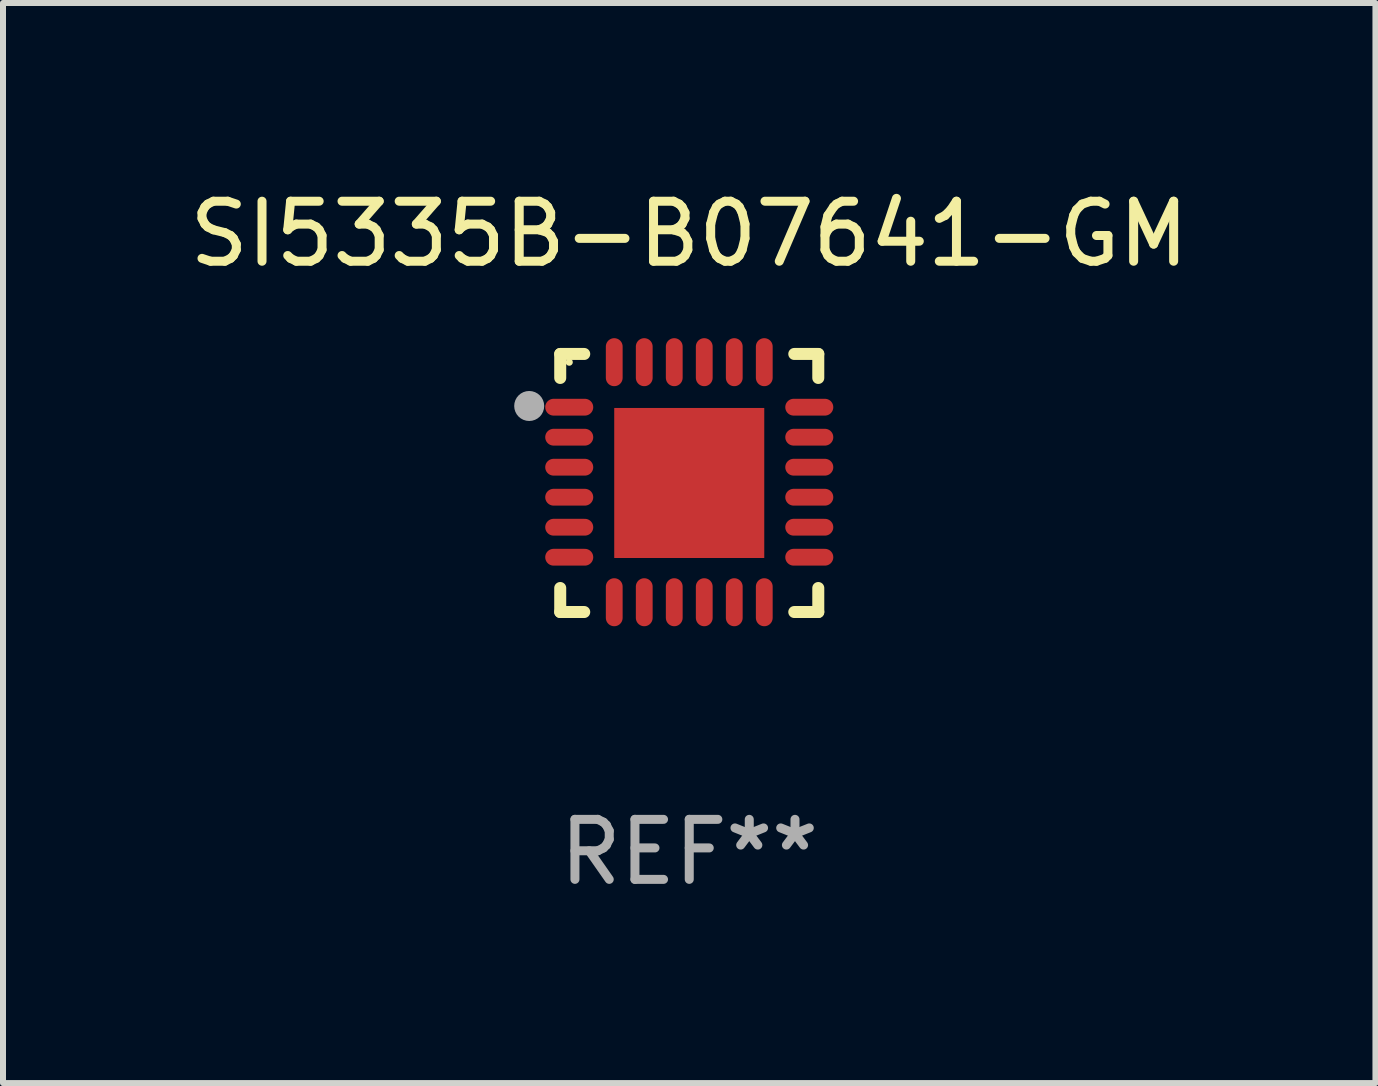
<source format=kicad_pcb>
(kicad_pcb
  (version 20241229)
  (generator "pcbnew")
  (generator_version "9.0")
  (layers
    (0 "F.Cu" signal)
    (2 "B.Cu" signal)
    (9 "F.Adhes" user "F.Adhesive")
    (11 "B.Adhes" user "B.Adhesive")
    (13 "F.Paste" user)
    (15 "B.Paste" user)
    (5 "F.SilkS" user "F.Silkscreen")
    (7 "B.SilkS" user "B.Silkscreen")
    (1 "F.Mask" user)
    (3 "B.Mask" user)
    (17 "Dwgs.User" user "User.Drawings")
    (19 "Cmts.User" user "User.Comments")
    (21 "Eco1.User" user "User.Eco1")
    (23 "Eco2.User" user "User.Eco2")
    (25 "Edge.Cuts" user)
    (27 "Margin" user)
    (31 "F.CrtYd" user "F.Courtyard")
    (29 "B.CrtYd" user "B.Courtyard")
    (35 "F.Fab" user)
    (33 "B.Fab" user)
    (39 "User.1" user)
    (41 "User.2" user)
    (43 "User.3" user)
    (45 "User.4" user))
  (footprint "SI5335B-B07641-GM"
    (layer "F.Cu")
    (at 8.435 4.998)
    (property "Reference" "SI5335B-B07641-GM" (at 0 -4.15 0) (layer "F.SilkS") (effects (font (size 1 1) (thickness 0.15))))
    (attr through_hole)
    (fp_line (start -2.15 -2.15) (end -1.75 -2.15) (stroke (width 0.2) (type solid)) (layer "F.SilkS"))
    (fp_line (start -2.15 -1.75) (end -2.15 -2.15) (stroke (width 0.2) (type solid)) (layer "F.SilkS"))
    (fp_line (start -2.15 2.15) (end -2.15 1.75) (stroke (width 0.2) (type solid)) (layer "F.SilkS"))
    (fp_line (start -1.75 2.15) (end -2.15 2.15) (stroke (width 0.2) (type solid)) (layer "F.SilkS"))
    (fp_line (start 1.75 -2.15) (end 2.15 -2.15) (stroke (width 0.2) (type solid)) (layer "F.SilkS"))
    (fp_line (start 1.75 2.15) (end 2.15 2.15) (stroke (width 0.2) (type solid)) (layer "F.SilkS"))
    (fp_line (start 2.15 -2.15) (end 2.15 -1.75) (stroke (width 0.2) (type solid)) (layer "F.SilkS"))
    (fp_line (start 2.15 2.15) (end 2.15 1.75) (stroke (width 0.2) (type solid)) (layer "F.SilkS"))
    (fp_circle (center -2 -2.013) (end -1.97 -2.013) (stroke (width 0.06) (type solid)) (fill no) (layer "F.SilkS"))
    (fp_circle (center -2.667 -1.283) (end -2.542 -1.283) (stroke (width 0.25) (type solid)) (fill no) (layer "F.Fab"))
    (fp_text user "REF**" (at 0 6.15 0) (layer "F.Fab") (effects (font (size 1 1) (thickness 0.15))))
    (pad "1" smd oval (at -2 -1.263) (size 0.8 0.28) (layers "F.Cu" "F.Mask" "F.Paste"))
    (pad "2" smd oval (at -2 -0.763) (size 0.8 0.28) (layers "F.Cu" "F.Mask" "F.Paste"))
    (pad "3" smd oval (at -2 -0.263) (size 0.8 0.28) (layers "F.Cu" "F.Mask" "F.Paste"))
    (pad "4" smd oval (at -2 0.237) (size 0.8 0.28) (layers "F.Cu" "F.Mask" "F.Paste"))
    (pad "5" smd oval (at -2 0.737) (size 0.8 0.28) (layers "F.Cu" "F.Mask" "F.Paste"))
    (pad "6" smd oval (at -2 1.237) (size 0.8 0.28) (layers "F.Cu" "F.Mask" "F.Paste"))
    (pad "7" smd oval (at -1.25 1.987) (size 0.28 0.8) (layers "F.Cu" "F.Mask" "F.Paste"))
    (pad "8" smd oval (at -0.75 1.987) (size 0.28 0.8) (layers "F.Cu" "F.Mask" "F.Paste"))
    (pad "9" smd oval (at -0.25 1.987) (size 0.28 0.8) (layers "F.Cu" "F.Mask" "F.Paste"))
    (pad "10" smd oval (at 0.25 1.987) (size 0.28 0.8) (layers "F.Cu" "F.Mask" "F.Paste"))
    (pad "11" smd oval (at 0.75 1.987) (size 0.28 0.8) (layers "F.Cu" "F.Mask" "F.Paste"))
    (pad "12" smd oval (at 1.25 1.987) (size 0.28 0.8) (layers "F.Cu" "F.Mask" "F.Paste"))
    (pad "13" smd oval (at 2 1.237) (size 0.8 0.28) (layers "F.Cu" "F.Mask" "F.Paste"))
    (pad "14" smd oval (at 2 0.737) (size 0.8 0.28) (layers "F.Cu" "F.Mask" "F.Paste"))
    (pad "15" smd oval (at 2 0.237) (size 0.8 0.28) (layers "F.Cu" "F.Mask" "F.Paste"))
    (pad "16" smd oval (at 2 -0.263) (size 0.8 0.28) (layers "F.Cu" "F.Mask" "F.Paste"))
    (pad "17" smd oval (at 2 -0.763) (size 0.8 0.28) (layers "F.Cu" "F.Mask" "F.Paste"))
    (pad "18" smd oval (at 2 -1.263) (size 0.8 0.28) (layers "F.Cu" "F.Mask" "F.Paste"))
    (pad "19" smd oval (at 1.25 -2.013) (size 0.28 0.8) (layers "F.Cu" "F.Mask" "F.Paste"))
    (pad "20" smd oval (at 0.75 -2.013) (size 0.28 0.8) (layers "F.Cu" "F.Mask" "F.Paste"))
    (pad "21" smd oval (at 0.25 -2.013) (size 0.28 0.8) (layers "F.Cu" "F.Mask" "F.Paste"))
    (pad "22" smd oval (at -0.25 -2.013) (size 0.28 0.8) (layers "F.Cu" "F.Mask" "F.Paste"))
    (pad "23" smd oval (at -0.75 -2.013) (size 0.28 0.8) (layers "F.Cu" "F.Mask" "F.Paste"))
    (pad "24" smd oval (at -1.25 -2.013) (size 0.28 0.8) (layers "F.Cu" "F.Mask" "F.Paste"))
    (pad "25" smd rect (at -0.000127 -0.00014) (size 2.5 2.5) (layers "F.Cu" "F.Mask" "F.Paste")))
  (gr_rect
    (start -3 -3)
    (end 19.869 14.997)
    (stroke (width 0.1) (type default))
    (fill no)
    (layer "Edge.Cuts")))
</source>
